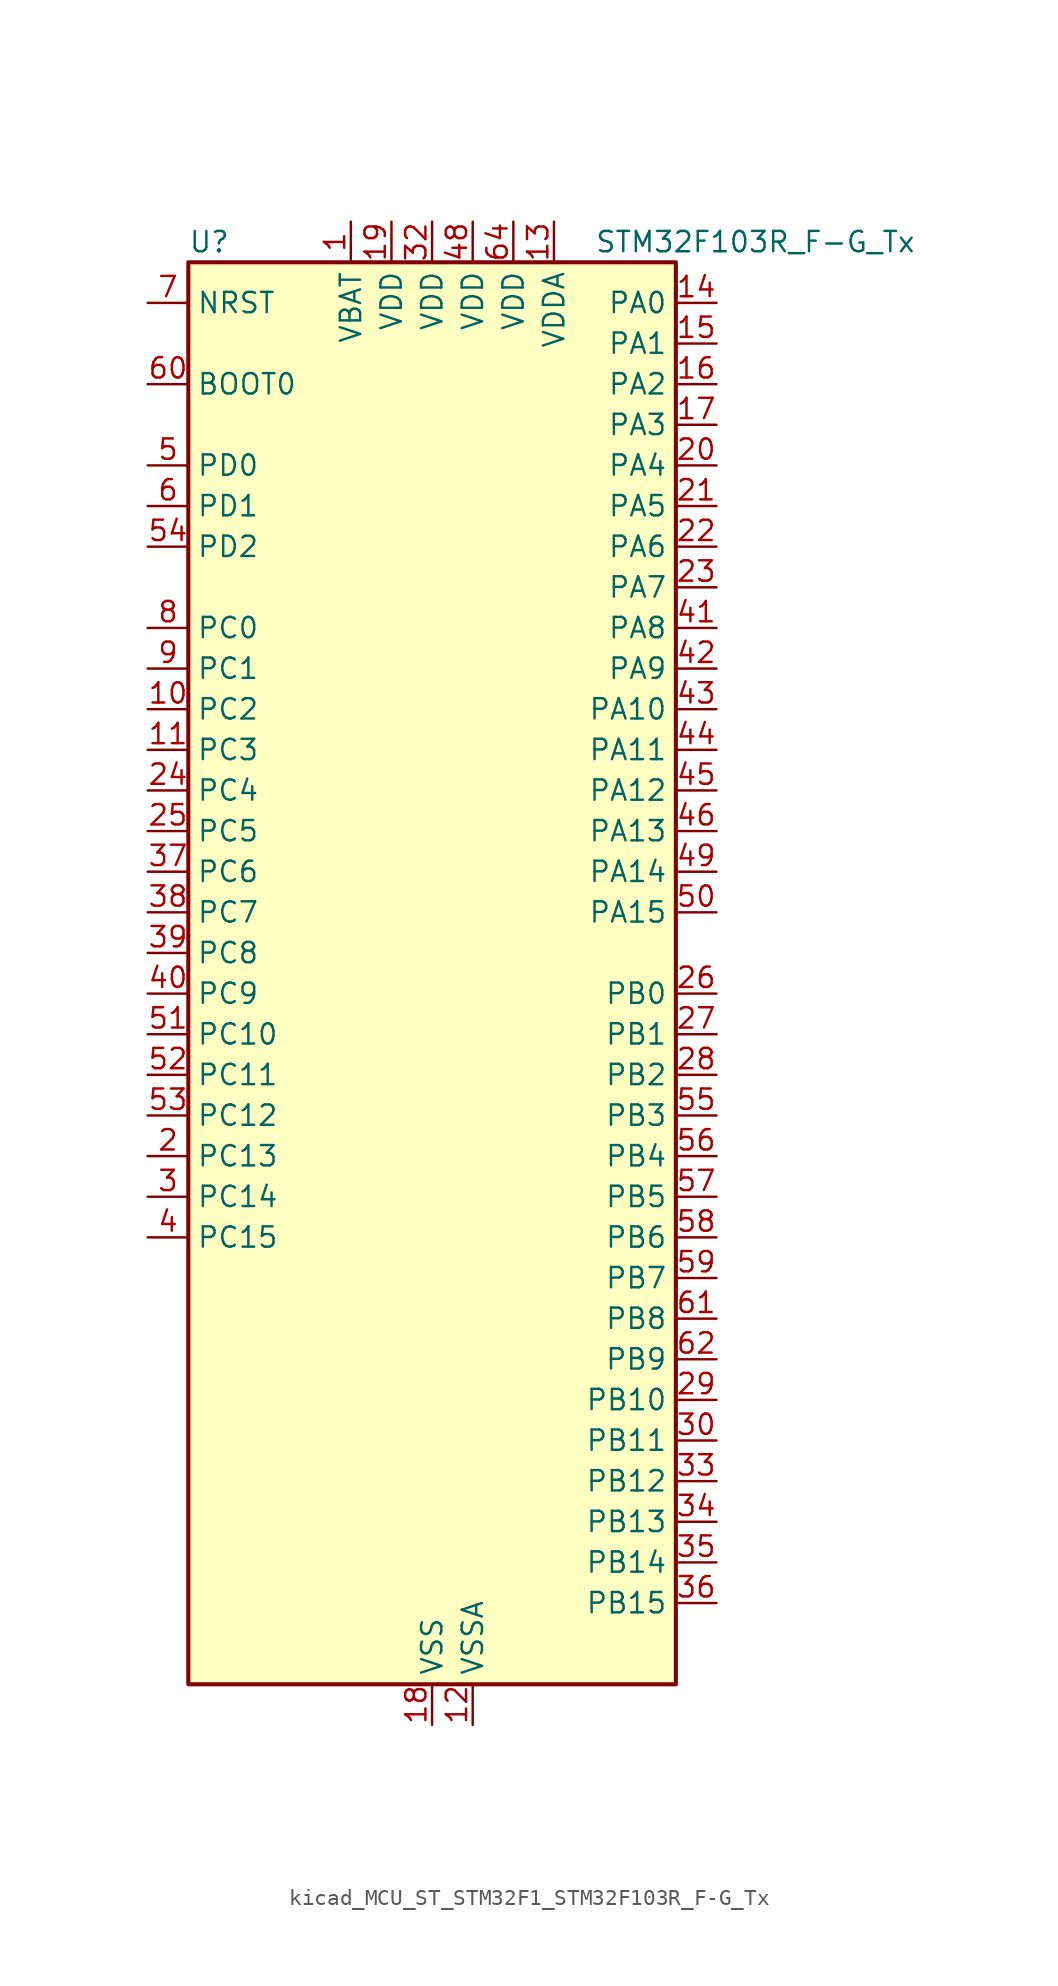
<source format=kicad_sym>
(kicad_symbol_lib
  (version 20220914)
  (generator kicad_symbol_editor)
  (symbol "kicad_MCU_ST_STM32F1_STM32F103R_F-G_Tx"
    (property "Reference" "U"
      (at -15.24 46.99 0)
      (effects (font (size 1.27 1.27)) (justify left)))
    (property "Value" "STM32F103R_F-G_Tx"
      (at 10.16 46.99 0)
      (effects (font (size 1.27 1.27)) (justify left)))
    (property "ki_locked" ""
      (at 0 0 0)
      (effects (font (size 1.27 1.27))))
    (symbol "kicad_MCU_ST_STM32F1_STM32F103R_F-G_Tx_0_1"
      (rectangle (start -15.24 -43.18) (end 15.24 45.72) (stroke (width 0.254) (type default)) (fill (type background))))
    (symbol "kicad_MCU_ST_STM32F1_STM32F103R_F-G_Tx_1_1"
      (pin power_in line (at -5.08 48.26 270) (length 2.54) (name "VBAT" (effects (font (size 1.27 1.27)))) (number "1" (effects (font (size 1.27 1.27)))))
      (pin bidirectional line (at -17.78 17.78 0) (length 2.54) (name "PC2" (effects (font (size 1.27 1.27)))) (number "10" (effects (font (size 1.27 1.27)))) (alternate "ADC1_IN12" bidirectional line) (alternate "ADC2_IN12" bidirectional line) (alternate "ADC3_IN12" bidirectional line))
      (pin bidirectional line (at -17.78 15.24 0) (length 2.54) (name "PC3" (effects (font (size 1.27 1.27)))) (number "11" (effects (font (size 1.27 1.27)))) (alternate "ADC1_IN13" bidirectional line) (alternate "ADC2_IN13" bidirectional line) (alternate "ADC3_IN13" bidirectional line))
      (pin power_in line (at 2.54 -45.72 90) (length 2.54) (name "VSSA" (effects (font (size 1.27 1.27)))) (number "12" (effects (font (size 1.27 1.27)))))
      (pin power_in line (at 7.62 48.26 270) (length 2.54) (name "VDDA" (effects (font (size 1.27 1.27)))) (number "13" (effects (font (size 1.27 1.27)))))
      (pin bidirectional line (at 17.78 43.18 180) (length 2.54) (name "PA0" (effects (font (size 1.27 1.27)))) (number "14" (effects (font (size 1.27 1.27)))) (alternate "ADC1_IN0" bidirectional line) (alternate "ADC2_IN0" bidirectional line) (alternate "ADC3_IN0" bidirectional line) (alternate "SYS_WKUP" bidirectional line) (alternate "TIM2_CH1" bidirectional line) (alternate "TIM2_ETR" bidirectional line) (alternate "TIM5_CH1" bidirectional line) (alternate "TIM8_ETR" bidirectional line) (alternate "USART2_CTS" bidirectional line))
      (pin bidirectional line (at 17.78 40.64 180) (length 2.54) (name "PA1" (effects (font (size 1.27 1.27)))) (number "15" (effects (font (size 1.27 1.27)))) (alternate "ADC1_IN1" bidirectional line) (alternate "ADC2_IN1" bidirectional line) (alternate "ADC3_IN1" bidirectional line) (alternate "TIM2_CH2" bidirectional line) (alternate "TIM5_CH2" bidirectional line) (alternate "USART2_RTS" bidirectional line))
      (pin bidirectional line (at 17.78 38.1 180) (length 2.54) (name "PA2" (effects (font (size 1.27 1.27)))) (number "16" (effects (font (size 1.27 1.27)))) (alternate "ADC1_IN2" bidirectional line) (alternate "ADC2_IN2" bidirectional line) (alternate "ADC3_IN2" bidirectional line) (alternate "TIM2_CH3" bidirectional line) (alternate "TIM5_CH3" bidirectional line) (alternate "TIM9_CH1" bidirectional line) (alternate "USART2_TX" bidirectional line))
      (pin bidirectional line (at 17.78 35.56 180) (length 2.54) (name "PA3" (effects (font (size 1.27 1.27)))) (number "17" (effects (font (size 1.27 1.27)))) (alternate "ADC1_IN3" bidirectional line) (alternate "ADC2_IN3" bidirectional line) (alternate "ADC3_IN3" bidirectional line) (alternate "TIM2_CH4" bidirectional line) (alternate "TIM5_CH4" bidirectional line) (alternate "TIM9_CH2" bidirectional line) (alternate "USART2_RX" bidirectional line))
      (pin power_in line (at 0 -45.72 90) (length 2.54) (name "VSS" (effects (font (size 1.27 1.27)))) (number "18" (effects (font (size 1.27 1.27)))))
      (pin power_in line (at -2.54 48.26 270) (length 2.54) (name "VDD" (effects (font (size 1.27 1.27)))) (number "19" (effects (font (size 1.27 1.27)))))
      (pin bidirectional line (at -17.78 -10.16 0) (length 2.54) (name "PC13" (effects (font (size 1.27 1.27)))) (number "2" (effects (font (size 1.27 1.27)))) (alternate "RTC_OUT" bidirectional line) (alternate "RTC_TAMPER" bidirectional line))
      (pin bidirectional line (at 17.78 33.02 180) (length 2.54) (name "PA4" (effects (font (size 1.27 1.27)))) (number "20" (effects (font (size 1.27 1.27)))) (alternate "ADC1_IN4" bidirectional line) (alternate "ADC2_IN4" bidirectional line) (alternate "DAC_OUT1" bidirectional line) (alternate "SPI1_NSS" bidirectional line) (alternate "USART2_CK" bidirectional line))
      (pin bidirectional line (at 17.78 30.48 180) (length 2.54) (name "PA5" (effects (font (size 1.27 1.27)))) (number "21" (effects (font (size 1.27 1.27)))) (alternate "ADC1_IN5" bidirectional line) (alternate "ADC2_IN5" bidirectional line) (alternate "DAC_OUT2" bidirectional line) (alternate "SPI1_SCK" bidirectional line))
      (pin bidirectional line (at 17.78 27.94 180) (length 2.54) (name "PA6" (effects (font (size 1.27 1.27)))) (number "22" (effects (font (size 1.27 1.27)))) (alternate "ADC1_IN6" bidirectional line) (alternate "ADC2_IN6" bidirectional line) (alternate "SPI1_MISO" bidirectional line) (alternate "TIM13_CH1" bidirectional line) (alternate "TIM1_BKIN" bidirectional line) (alternate "TIM3_CH1" bidirectional line) (alternate "TIM8_BKIN" bidirectional line))
      (pin bidirectional line (at 17.78 25.4 180) (length 2.54) (name "PA7" (effects (font (size 1.27 1.27)))) (number "23" (effects (font (size 1.27 1.27)))) (alternate "ADC1_IN7" bidirectional line) (alternate "ADC2_IN7" bidirectional line) (alternate "SPI1_MOSI" bidirectional line) (alternate "TIM14_CH1" bidirectional line) (alternate "TIM1_CH1N" bidirectional line) (alternate "TIM3_CH2" bidirectional line) (alternate "TIM8_CH1N" bidirectional line))
      (pin bidirectional line (at -17.78 12.7 0) (length 2.54) (name "PC4" (effects (font (size 1.27 1.27)))) (number "24" (effects (font (size 1.27 1.27)))) (alternate "ADC1_IN14" bidirectional line) (alternate "ADC2_IN14" bidirectional line))
      (pin bidirectional line (at -17.78 10.16 0) (length 2.54) (name "PC5" (effects (font (size 1.27 1.27)))) (number "25" (effects (font (size 1.27 1.27)))) (alternate "ADC1_IN15" bidirectional line) (alternate "ADC2_IN15" bidirectional line))
      (pin bidirectional line (at 17.78 0 180) (length 2.54) (name "PB0" (effects (font (size 1.27 1.27)))) (number "26" (effects (font (size 1.27 1.27)))) (alternate "ADC1_IN8" bidirectional line) (alternate "ADC2_IN8" bidirectional line) (alternate "TIM1_CH2N" bidirectional line) (alternate "TIM3_CH3" bidirectional line) (alternate "TIM8_CH2N" bidirectional line))
      (pin bidirectional line (at 17.78 -2.54 180) (length 2.54) (name "PB1" (effects (font (size 1.27 1.27)))) (number "27" (effects (font (size 1.27 1.27)))) (alternate "ADC1_IN9" bidirectional line) (alternate "ADC2_IN9" bidirectional line) (alternate "TIM1_CH3N" bidirectional line) (alternate "TIM3_CH4" bidirectional line) (alternate "TIM8_CH3N" bidirectional line))
      (pin bidirectional line (at 17.78 -5.08 180) (length 2.54) (name "PB2" (effects (font (size 1.27 1.27)))) (number "28" (effects (font (size 1.27 1.27)))))
      (pin bidirectional line (at 17.78 -25.4 180) (length 2.54) (name "PB10" (effects (font (size 1.27 1.27)))) (number "29" (effects (font (size 1.27 1.27)))) (alternate "I2C2_SCL" bidirectional line) (alternate "TIM2_CH3" bidirectional line) (alternate "USART3_TX" bidirectional line))
      (pin bidirectional line (at -17.78 -12.7 0) (length 2.54) (name "PC14" (effects (font (size 1.27 1.27)))) (number "3" (effects (font (size 1.27 1.27)))) (alternate "RCC_OSC32_IN" bidirectional line))
      (pin bidirectional line (at 17.78 -27.94 180) (length 2.54) (name "PB11" (effects (font (size 1.27 1.27)))) (number "30" (effects (font (size 1.27 1.27)))) (alternate "ADC1_EXTI11" bidirectional line) (alternate "ADC2_EXTI11" bidirectional line) (alternate "I2C2_SDA" bidirectional line) (alternate "TIM2_CH4" bidirectional line) (alternate "USART3_RX" bidirectional line))
      (pin passive line (at 0 -45.72 90) (length 2.54) hide (name "VSS" (effects (font (size 1.27 1.27)))) (number "31" (effects (font (size 1.27 1.27)))))
      (pin power_in line (at 0 48.26 270) (length 2.54) (name "VDD" (effects (font (size 1.27 1.27)))) (number "32" (effects (font (size 1.27 1.27)))))
      (pin bidirectional line (at 17.78 -30.48 180) (length 2.54) (name "PB12" (effects (font (size 1.27 1.27)))) (number "33" (effects (font (size 1.27 1.27)))) (alternate "I2C2_SMBA" bidirectional line) (alternate "I2S2_WS" bidirectional line) (alternate "SPI2_NSS" bidirectional line) (alternate "TIM1_BKIN" bidirectional line) (alternate "USART3_CK" bidirectional line))
      (pin bidirectional line (at 17.78 -33.02 180) (length 2.54) (name "PB13" (effects (font (size 1.27 1.27)))) (number "34" (effects (font (size 1.27 1.27)))) (alternate "I2S2_CK" bidirectional line) (alternate "SPI2_SCK" bidirectional line) (alternate "TIM1_CH1N" bidirectional line) (alternate "USART3_CTS" bidirectional line))
      (pin bidirectional line (at 17.78 -35.56 180) (length 2.54) (name "PB14" (effects (font (size 1.27 1.27)))) (number "35" (effects (font (size 1.27 1.27)))) (alternate "SPI2_MISO" bidirectional line) (alternate "TIM12_CH1" bidirectional line) (alternate "TIM1_CH2N" bidirectional line) (alternate "USART3_RTS" bidirectional line))
      (pin bidirectional line (at 17.78 -38.1 180) (length 2.54) (name "PB15" (effects (font (size 1.27 1.27)))) (number "36" (effects (font (size 1.27 1.27)))) (alternate "ADC1_EXTI15" bidirectional line) (alternate "ADC2_EXTI15" bidirectional line) (alternate "I2S2_SD" bidirectional line) (alternate "SPI2_MOSI" bidirectional line) (alternate "TIM12_CH2" bidirectional line) (alternate "TIM1_CH3N" bidirectional line))
      (pin bidirectional line (at -17.78 7.62 0) (length 2.54) (name "PC6" (effects (font (size 1.27 1.27)))) (number "37" (effects (font (size 1.27 1.27)))) (alternate "I2S2_MCK" bidirectional line) (alternate "SDIO_D6" bidirectional line) (alternate "TIM3_CH1" bidirectional line) (alternate "TIM8_CH1" bidirectional line))
      (pin bidirectional line (at -17.78 5.08 0) (length 2.54) (name "PC7" (effects (font (size 1.27 1.27)))) (number "38" (effects (font (size 1.27 1.27)))) (alternate "I2S3_MCK" bidirectional line) (alternate "SDIO_D7" bidirectional line) (alternate "TIM3_CH2" bidirectional line) (alternate "TIM8_CH2" bidirectional line))
      (pin bidirectional line (at -17.78 2.54 0) (length 2.54) (name "PC8" (effects (font (size 1.27 1.27)))) (number "39" (effects (font (size 1.27 1.27)))) (alternate "SDIO_D0" bidirectional line) (alternate "TIM3_CH3" bidirectional line) (alternate "TIM8_CH3" bidirectional line))
      (pin bidirectional line (at -17.78 -15.24 0) (length 2.54) (name "PC15" (effects (font (size 1.27 1.27)))) (number "4" (effects (font (size 1.27 1.27)))) (alternate "ADC1_EXTI15" bidirectional line) (alternate "ADC2_EXTI15" bidirectional line) (alternate "RCC_OSC32_OUT" bidirectional line))
      (pin bidirectional line (at -17.78 0 0) (length 2.54) (name "PC9" (effects (font (size 1.27 1.27)))) (number "40" (effects (font (size 1.27 1.27)))) (alternate "DAC_EXTI9" bidirectional line) (alternate "SDIO_D1" bidirectional line) (alternate "TIM3_CH4" bidirectional line) (alternate "TIM8_CH4" bidirectional line))
      (pin bidirectional line (at 17.78 22.86 180) (length 2.54) (name "PA8" (effects (font (size 1.27 1.27)))) (number "41" (effects (font (size 1.27 1.27)))) (alternate "RCC_MCO" bidirectional line) (alternate "TIM1_CH1" bidirectional line) (alternate "USART1_CK" bidirectional line))
      (pin bidirectional line (at 17.78 20.32 180) (length 2.54) (name "PA9" (effects (font (size 1.27 1.27)))) (number "42" (effects (font (size 1.27 1.27)))) (alternate "DAC_EXTI9" bidirectional line) (alternate "TIM1_CH2" bidirectional line) (alternate "USART1_TX" bidirectional line))
      (pin bidirectional line (at 17.78 17.78 180) (length 2.54) (name "PA10" (effects (font (size 1.27 1.27)))) (number "43" (effects (font (size 1.27 1.27)))) (alternate "TIM1_CH3" bidirectional line) (alternate "USART1_RX" bidirectional line))
      (pin bidirectional line (at 17.78 15.24 180) (length 2.54) (name "PA11" (effects (font (size 1.27 1.27)))) (number "44" (effects (font (size 1.27 1.27)))) (alternate "ADC1_EXTI11" bidirectional line) (alternate "ADC2_EXTI11" bidirectional line) (alternate "CAN_RX" bidirectional line) (alternate "TIM1_CH4" bidirectional line) (alternate "USART1_CTS" bidirectional line) (alternate "USB_DM" bidirectional line))
      (pin bidirectional line (at 17.78 12.7 180) (length 2.54) (name "PA12" (effects (font (size 1.27 1.27)))) (number "45" (effects (font (size 1.27 1.27)))) (alternate "CAN_TX" bidirectional line) (alternate "TIM1_ETR" bidirectional line) (alternate "USART1_RTS" bidirectional line) (alternate "USB_DP" bidirectional line))
      (pin bidirectional line (at 17.78 10.16 180) (length 2.54) (name "PA13" (effects (font (size 1.27 1.27)))) (number "46" (effects (font (size 1.27 1.27)))) (alternate "SYS_JTMS-SWDIO" bidirectional line))
      (pin passive line (at 0 -45.72 90) (length 2.54) hide (name "VSS" (effects (font (size 1.27 1.27)))) (number "47" (effects (font (size 1.27 1.27)))))
      (pin power_in line (at 2.54 48.26 270) (length 2.54) (name "VDD" (effects (font (size 1.27 1.27)))) (number "48" (effects (font (size 1.27 1.27)))))
      (pin bidirectional line (at 17.78 7.62 180) (length 2.54) (name "PA14" (effects (font (size 1.27 1.27)))) (number "49" (effects (font (size 1.27 1.27)))) (alternate "SYS_JTCK-SWCLK" bidirectional line))
      (pin bidirectional line (at -17.78 33.02 0) (length 2.54) (name "PD0" (effects (font (size 1.27 1.27)))) (number "5" (effects (font (size 1.27 1.27)))) (alternate "RCC_OSC_IN" bidirectional line))
      (pin bidirectional line (at 17.78 5.08 180) (length 2.54) (name "PA15" (effects (font (size 1.27 1.27)))) (number "50" (effects (font (size 1.27 1.27)))) (alternate "ADC1_EXTI15" bidirectional line) (alternate "ADC2_EXTI15" bidirectional line) (alternate "I2S3_WS" bidirectional line) (alternate "SPI1_NSS" bidirectional line) (alternate "SPI3_NSS" bidirectional line) (alternate "SYS_JTDI" bidirectional line) (alternate "TIM2_CH1" bidirectional line) (alternate "TIM2_ETR" bidirectional line))
      (pin bidirectional line (at -17.78 -2.54 0) (length 2.54) (name "PC10" (effects (font (size 1.27 1.27)))) (number "51" (effects (font (size 1.27 1.27)))) (alternate "SDIO_D2" bidirectional line) (alternate "UART4_TX" bidirectional line) (alternate "USART3_TX" bidirectional line))
      (pin bidirectional line (at -17.78 -5.08 0) (length 2.54) (name "PC11" (effects (font (size 1.27 1.27)))) (number "52" (effects (font (size 1.27 1.27)))) (alternate "ADC1_EXTI11" bidirectional line) (alternate "ADC2_EXTI11" bidirectional line) (alternate "SDIO_D3" bidirectional line) (alternate "UART4_RX" bidirectional line) (alternate "USART3_RX" bidirectional line))
      (pin bidirectional line (at -17.78 -7.62 0) (length 2.54) (name "PC12" (effects (font (size 1.27 1.27)))) (number "53" (effects (font (size 1.27 1.27)))) (alternate "SDIO_CK" bidirectional line) (alternate "UART5_TX" bidirectional line) (alternate "USART3_CK" bidirectional line))
      (pin bidirectional line (at -17.78 27.94 0) (length 2.54) (name "PD2" (effects (font (size 1.27 1.27)))) (number "54" (effects (font (size 1.27 1.27)))) (alternate "SDIO_CMD" bidirectional line) (alternate "TIM3_ETR" bidirectional line) (alternate "UART5_RX" bidirectional line))
      (pin bidirectional line (at 17.78 -7.62 180) (length 2.54) (name "PB3" (effects (font (size 1.27 1.27)))) (number "55" (effects (font (size 1.27 1.27)))) (alternate "I2S3_CK" bidirectional line) (alternate "SPI1_SCK" bidirectional line) (alternate "SPI3_SCK" bidirectional line) (alternate "SYS_JTDO-TRACESWO" bidirectional line) (alternate "TIM2_CH2" bidirectional line))
      (pin bidirectional line (at 17.78 -10.16 180) (length 2.54) (name "PB4" (effects (font (size 1.27 1.27)))) (number "56" (effects (font (size 1.27 1.27)))) (alternate "SPI1_MISO" bidirectional line) (alternate "SPI3_MISO" bidirectional line) (alternate "SYS_NJTRST" bidirectional line) (alternate "TIM3_CH1" bidirectional line))
      (pin bidirectional line (at 17.78 -12.7 180) (length 2.54) (name "PB5" (effects (font (size 1.27 1.27)))) (number "57" (effects (font (size 1.27 1.27)))) (alternate "I2C1_SMBA" bidirectional line) (alternate "I2S3_SD" bidirectional line) (alternate "SPI1_MOSI" bidirectional line) (alternate "SPI3_MOSI" bidirectional line) (alternate "TIM3_CH2" bidirectional line))
      (pin bidirectional line (at 17.78 -15.24 180) (length 2.54) (name "PB6" (effects (font (size 1.27 1.27)))) (number "58" (effects (font (size 1.27 1.27)))) (alternate "I2C1_SCL" bidirectional line) (alternate "TIM4_CH1" bidirectional line) (alternate "USART1_TX" bidirectional line))
      (pin bidirectional line (at 17.78 -17.78 180) (length 2.54) (name "PB7" (effects (font (size 1.27 1.27)))) (number "59" (effects (font (size 1.27 1.27)))) (alternate "I2C1_SDA" bidirectional line) (alternate "TIM4_CH2" bidirectional line) (alternate "USART1_RX" bidirectional line))
      (pin bidirectional line (at -17.78 30.48 0) (length 2.54) (name "PD1" (effects (font (size 1.27 1.27)))) (number "6" (effects (font (size 1.27 1.27)))) (alternate "RCC_OSC_OUT" bidirectional line))
      (pin input line (at -17.78 38.1 0) (length 2.54) (name "BOOT0" (effects (font (size 1.27 1.27)))) (number "60" (effects (font (size 1.27 1.27)))))
      (pin bidirectional line (at 17.78 -20.32 180) (length 2.54) (name "PB8" (effects (font (size 1.27 1.27)))) (number "61" (effects (font (size 1.27 1.27)))) (alternate "CAN_RX" bidirectional line) (alternate "I2C1_SCL" bidirectional line) (alternate "SDIO_D4" bidirectional line) (alternate "TIM10_CH1" bidirectional line) (alternate "TIM4_CH3" bidirectional line))
      (pin bidirectional line (at 17.78 -22.86 180) (length 2.54) (name "PB9" (effects (font (size 1.27 1.27)))) (number "62" (effects (font (size 1.27 1.27)))) (alternate "CAN_TX" bidirectional line) (alternate "DAC_EXTI9" bidirectional line) (alternate "I2C1_SDA" bidirectional line) (alternate "SDIO_D5" bidirectional line) (alternate "TIM11_CH1" bidirectional line) (alternate "TIM4_CH4" bidirectional line))
      (pin passive line (at 0 -45.72 90) (length 2.54) hide (name "VSS" (effects (font (size 1.27 1.27)))) (number "63" (effects (font (size 1.27 1.27)))))
      (pin power_in line (at 5.08 48.26 270) (length 2.54) (name "VDD" (effects (font (size 1.27 1.27)))) (number "64" (effects (font (size 1.27 1.27)))))
      (pin input line (at -17.78 43.18 0) (length 2.54) (name "NRST" (effects (font (size 1.27 1.27)))) (number "7" (effects (font (size 1.27 1.27)))))
      (pin bidirectional line (at -17.78 22.86 0) (length 2.54) (name "PC0" (effects (font (size 1.27 1.27)))) (number "8" (effects (font (size 1.27 1.27)))) (alternate "ADC1_IN10" bidirectional line) (alternate "ADC2_IN10" bidirectional line) (alternate "ADC3_IN10" bidirectional line))
      (pin bidirectional line (at -17.78 20.32 0) (length 2.54) (name "PC1" (effects (font (size 1.27 1.27)))) (number "9" (effects (font (size 1.27 1.27)))) (alternate "ADC1_IN11" bidirectional line) (alternate "ADC2_IN11" bidirectional line) (alternate "ADC3_IN11" bidirectional line)))))
</source>
